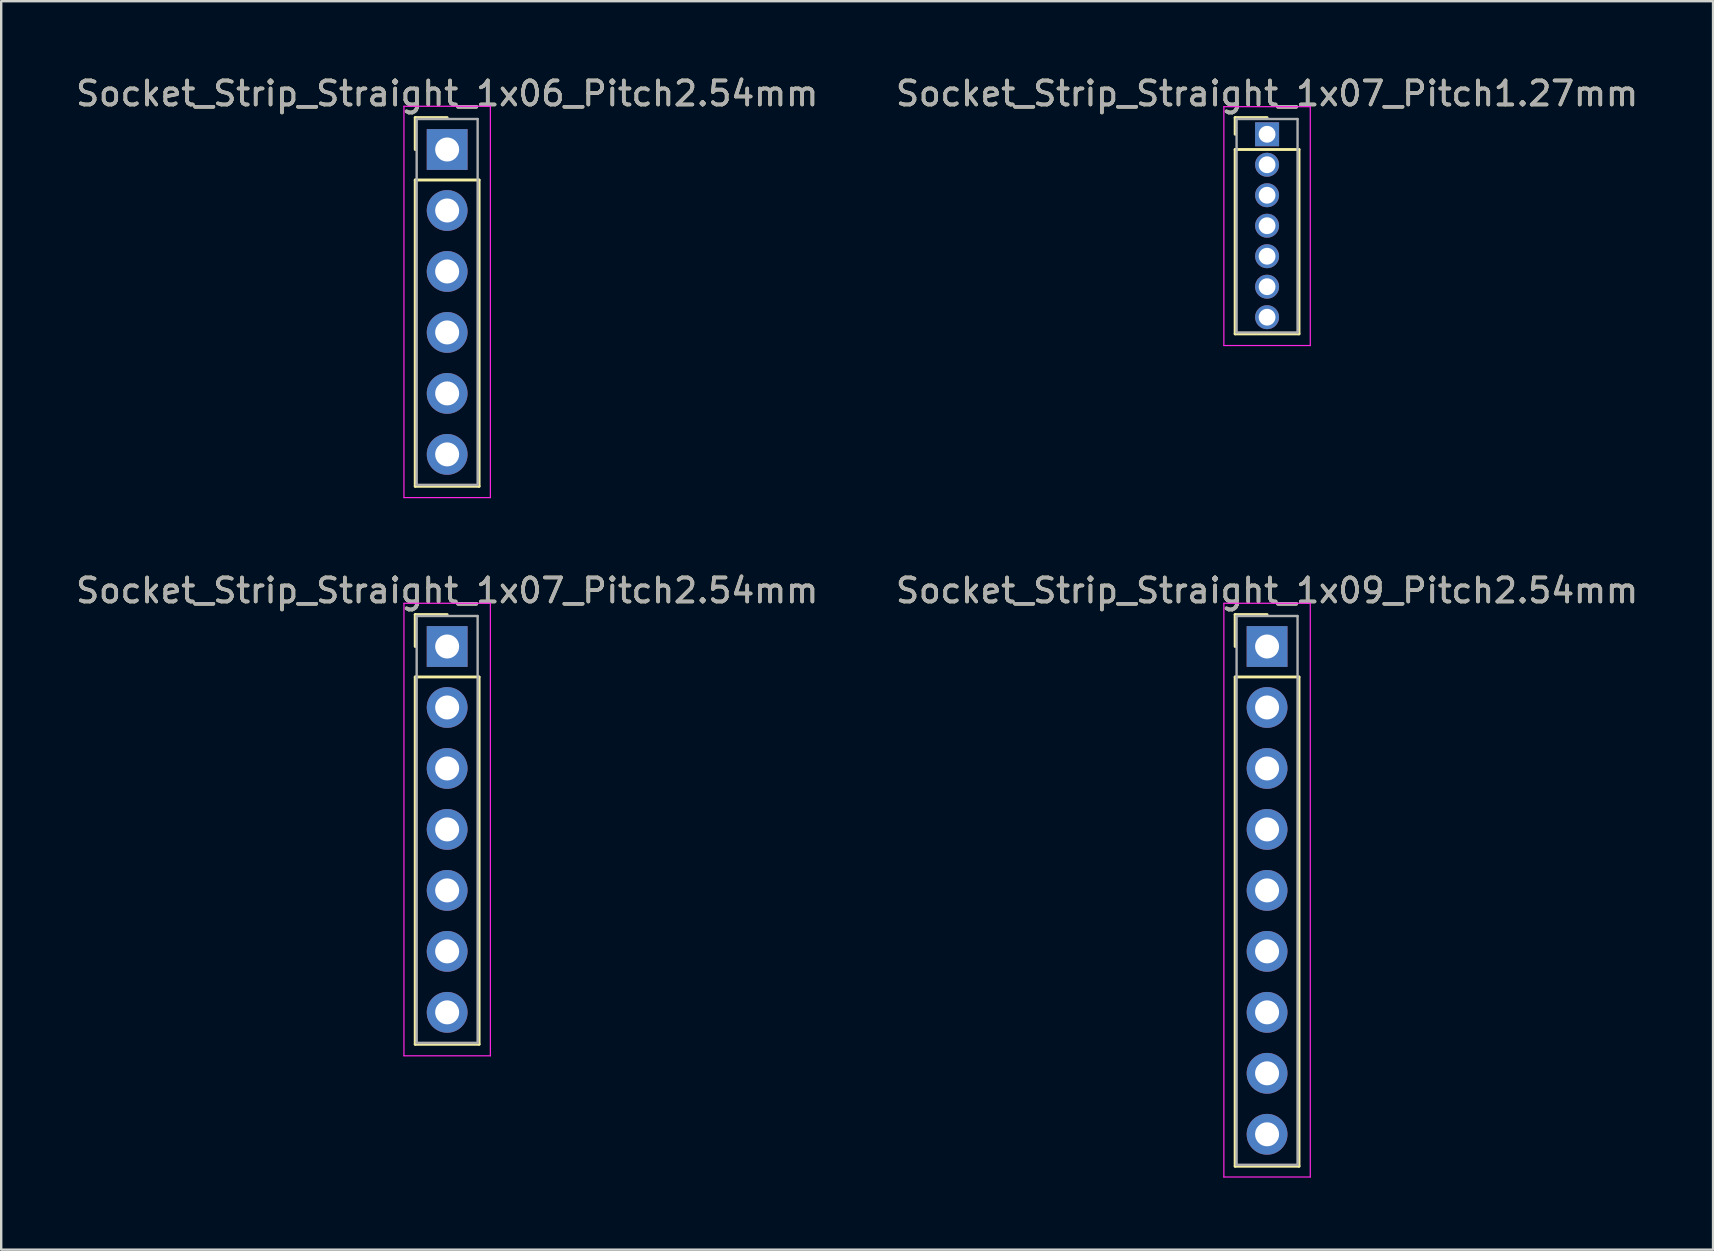
<source format=kicad_pcb>
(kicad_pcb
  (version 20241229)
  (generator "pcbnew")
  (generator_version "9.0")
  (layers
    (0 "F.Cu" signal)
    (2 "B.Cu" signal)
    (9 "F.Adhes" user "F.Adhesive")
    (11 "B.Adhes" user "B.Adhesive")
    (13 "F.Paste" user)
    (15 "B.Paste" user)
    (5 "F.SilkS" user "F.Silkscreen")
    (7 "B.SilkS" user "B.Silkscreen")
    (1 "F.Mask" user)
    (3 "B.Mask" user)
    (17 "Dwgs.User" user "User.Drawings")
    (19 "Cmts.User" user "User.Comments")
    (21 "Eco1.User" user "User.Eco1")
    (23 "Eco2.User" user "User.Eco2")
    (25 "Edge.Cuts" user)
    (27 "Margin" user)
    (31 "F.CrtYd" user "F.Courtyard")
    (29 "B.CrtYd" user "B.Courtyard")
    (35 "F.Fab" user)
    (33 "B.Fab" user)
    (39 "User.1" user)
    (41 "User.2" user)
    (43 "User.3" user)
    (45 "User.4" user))
  (footprint "Socket_Strip_Straight_1x09_Pitch2.54mm"
    (layer "F.Cu")
    (at 49.732 23.881)
    (property "Reference" "Socket_Strip_Straight_1x09_Pitch2.54mm" (at 0 -2.33 0) (layer "F.SilkS") (effects (font (size 1 1) (thickness 0.15))))
    (attr through_hole)
    (fp_line (start -1.33 -1.33) (end 0 -1.33) (stroke (width 0.12) (type solid)) (layer "F.SilkS"))
    (fp_line (start -1.33 0) (end -1.33 -1.33) (stroke (width 0.12) (type solid)) (layer "F.SilkS"))
    (fp_line (start -1.33 1.27) (end -1.33 21.65) (stroke (width 0.12) (type solid)) (layer "F.SilkS"))
    (fp_line (start -1.33 21.65) (end 1.33 21.65) (stroke (width 0.12) (type solid)) (layer "F.SilkS"))
    (fp_line (start 1.33 1.27) (end -1.33 1.27) (stroke (width 0.12) (type solid)) (layer "F.SilkS"))
    (fp_line (start 1.33 21.65) (end 1.33 1.27) (stroke (width 0.12) (type solid)) (layer "F.SilkS"))
    (fp_line (start -1.8 -1.8) (end -1.8 22.1) (stroke (width 0.05) (type solid)) (layer "F.CrtYd"))
    (fp_line (start -1.8 22.1) (end 1.8 22.1) (stroke (width 0.05) (type solid)) (layer "F.CrtYd"))
    (fp_line (start 1.8 -1.8) (end -1.8 -1.8) (stroke (width 0.05) (type solid)) (layer "F.CrtYd"))
    (fp_line (start 1.8 22.1) (end 1.8 -1.8) (stroke (width 0.05) (type solid)) (layer "F.CrtYd"))
    (fp_line (start -1.27 -1.27) (end -1.27 21.59) (stroke (width 0.1) (type solid)) (layer "F.Fab"))
    (fp_line (start -1.27 21.59) (end 1.27 21.59) (stroke (width 0.1) (type solid)) (layer "F.Fab"))
    (fp_line (start 1.27 -1.27) (end -1.27 -1.27) (stroke (width 0.1) (type solid)) (layer "F.Fab"))
    (fp_line (start 1.27 21.59) (end 1.27 -1.27) (stroke (width 0.1) (type solid)) (layer "F.Fab"))
    (fp_text user "${REFERENCE}" (at 0 -2.33 0) (layer "F.Fab") (effects (font (size 1 1) (thickness 0.15))))
    (pad "1" thru_hole rect (at 0 0) (size 1.7 1.7) (drill 1) (layers "*.Cu" "*.Mask"))
    (pad "2" thru_hole oval (at 0 2.54) (size 1.7 1.7) (drill 1) (layers "*.Cu" "*.Mask"))
    (pad "3" thru_hole oval (at 0 5.08) (size 1.7 1.7) (drill 1) (layers "*.Cu" "*.Mask"))
    (pad "4" thru_hole oval (at 0 7.62) (size 1.7 1.7) (drill 1) (layers "*.Cu" "*.Mask"))
    (pad "5" thru_hole oval (at 0 10.16) (size 1.7 1.7) (drill 1) (layers "*.Cu" "*.Mask"))
    (pad "6" thru_hole oval (at 0 12.7) (size 1.7 1.7) (drill 1) (layers "*.Cu" "*.Mask"))
    (pad "7" thru_hole oval (at 0 15.24) (size 1.7 1.7) (drill 1) (layers "*.Cu" "*.Mask"))
    (pad "8" thru_hole oval (at 0 17.78) (size 1.7 1.7) (drill 1) (layers "*.Cu" "*.Mask"))
    (pad "9" thru_hole oval (at 0 20.32) (size 1.7 1.7) (drill 1) (layers "*.Cu" "*.Mask")))
  (footprint "Socket_Strip_Straight_1x06_Pitch2.54mm"
    (layer "F.Cu")
    (at 15.577 3.178)
    (property "Reference" "Socket_Strip_Straight_1x06_Pitch2.54mm" (at 0 -2.33 0) (layer "F.SilkS") (effects (font (size 1 1) (thickness 0.15))))
    (attr through_hole)
    (fp_line (start -1.33 -1.33) (end 0 -1.33) (stroke (width 0.12) (type solid)) (layer "F.SilkS"))
    (fp_line (start -1.33 0) (end -1.33 -1.33) (stroke (width 0.12) (type solid)) (layer "F.SilkS"))
    (fp_line (start -1.33 1.27) (end -1.33 14.03) (stroke (width 0.12) (type solid)) (layer "F.SilkS"))
    (fp_line (start -1.33 14.03) (end 1.33 14.03) (stroke (width 0.12) (type solid)) (layer "F.SilkS"))
    (fp_line (start 1.33 1.27) (end -1.33 1.27) (stroke (width 0.12) (type solid)) (layer "F.SilkS"))
    (fp_line (start 1.33 14.03) (end 1.33 1.27) (stroke (width 0.12) (type solid)) (layer "F.SilkS"))
    (fp_line (start -1.8 -1.8) (end -1.8 14.5) (stroke (width 0.05) (type solid)) (layer "F.CrtYd"))
    (fp_line (start -1.8 14.5) (end 1.8 14.5) (stroke (width 0.05) (type solid)) (layer "F.CrtYd"))
    (fp_line (start 1.8 -1.8) (end -1.8 -1.8) (stroke (width 0.05) (type solid)) (layer "F.CrtYd"))
    (fp_line (start 1.8 14.5) (end 1.8 -1.8) (stroke (width 0.05) (type solid)) (layer "F.CrtYd"))
    (fp_line (start -1.27 -1.27) (end -1.27 13.97) (stroke (width 0.1) (type solid)) (layer "F.Fab"))
    (fp_line (start -1.27 13.97) (end 1.27 13.97) (stroke (width 0.1) (type solid)) (layer "F.Fab"))
    (fp_line (start 1.27 -1.27) (end -1.27 -1.27) (stroke (width 0.1) (type solid)) (layer "F.Fab"))
    (fp_line (start 1.27 13.97) (end 1.27 -1.27) (stroke (width 0.1) (type solid)) (layer "F.Fab"))
    (fp_text user "${REFERENCE}" (at 0 -2.33 0) (layer "F.Fab") (effects (font (size 1 1) (thickness 0.15))))
    (pad "1" thru_hole rect (at 0 0) (size 1.7 1.7) (drill 1) (layers "*.Cu" "*.Mask"))
    (pad "2" thru_hole oval (at 0 2.54) (size 1.7 1.7) (drill 1) (layers "*.Cu" "*.Mask"))
    (pad "3" thru_hole oval (at 0 5.08) (size 1.7 1.7) (drill 1) (layers "*.Cu" "*.Mask"))
    (pad "4" thru_hole oval (at 0 7.62) (size 1.7 1.7) (drill 1) (layers "*.Cu" "*.Mask"))
    (pad "5" thru_hole oval (at 0 10.16) (size 1.7 1.7) (drill 1) (layers "*.Cu" "*.Mask"))
    (pad "6" thru_hole oval (at 0 12.7) (size 1.7 1.7) (drill 1) (layers "*.Cu" "*.Mask")))
  (footprint "Socket_Strip_Straight_1x07_Pitch2.54mm"
    (layer "F.Cu")
    (at 15.577 23.881)
    (property "Reference" "Socket_Strip_Straight_1x07_Pitch2.54mm" (at 0 -2.33 0) (layer "F.SilkS") (effects (font (size 1 1) (thickness 0.15))))
    (attr through_hole)
    (fp_line (start -1.33 -1.33) (end 0 -1.33) (stroke (width 0.12) (type solid)) (layer "F.SilkS"))
    (fp_line (start -1.33 0) (end -1.33 -1.33) (stroke (width 0.12) (type solid)) (layer "F.SilkS"))
    (fp_line (start -1.33 1.27) (end -1.33 16.57) (stroke (width 0.12) (type solid)) (layer "F.SilkS"))
    (fp_line (start -1.33 16.57) (end 1.33 16.57) (stroke (width 0.12) (type solid)) (layer "F.SilkS"))
    (fp_line (start 1.33 1.27) (end -1.33 1.27) (stroke (width 0.12) (type solid)) (layer "F.SilkS"))
    (fp_line (start 1.33 16.57) (end 1.33 1.27) (stroke (width 0.12) (type solid)) (layer "F.SilkS"))
    (fp_line (start -1.8 -1.8) (end -1.8 17.05) (stroke (width 0.05) (type solid)) (layer "F.CrtYd"))
    (fp_line (start -1.8 17.05) (end 1.8 17.05) (stroke (width 0.05) (type solid)) (layer "F.CrtYd"))
    (fp_line (start 1.8 -1.8) (end -1.8 -1.8) (stroke (width 0.05) (type solid)) (layer "F.CrtYd"))
    (fp_line (start 1.8 17.05) (end 1.8 -1.8) (stroke (width 0.05) (type solid)) (layer "F.CrtYd"))
    (fp_line (start -1.27 -1.27) (end -1.27 16.51) (stroke (width 0.1) (type solid)) (layer "F.Fab"))
    (fp_line (start -1.27 16.51) (end 1.27 16.51) (stroke (width 0.1) (type solid)) (layer "F.Fab"))
    (fp_line (start 1.27 -1.27) (end -1.27 -1.27) (stroke (width 0.1) (type solid)) (layer "F.Fab"))
    (fp_line (start 1.27 16.51) (end 1.27 -1.27) (stroke (width 0.1) (type solid)) (layer "F.Fab"))
    (fp_text user "${REFERENCE}" (at 0 -2.33 0) (layer "F.Fab") (effects (font (size 1 1) (thickness 0.15))))
    (pad "1" thru_hole rect (at 0 0) (size 1.7 1.7) (drill 1) (layers "*.Cu" "*.Mask"))
    (pad "2" thru_hole oval (at 0 2.54) (size 1.7 1.7) (drill 1) (layers "*.Cu" "*.Mask"))
    (pad "3" thru_hole oval (at 0 5.08) (size 1.7 1.7) (drill 1) (layers "*.Cu" "*.Mask"))
    (pad "4" thru_hole oval (at 0 7.62) (size 1.7 1.7) (drill 1) (layers "*.Cu" "*.Mask"))
    (pad "5" thru_hole oval (at 0 10.16) (size 1.7 1.7) (drill 1) (layers "*.Cu" "*.Mask"))
    (pad "6" thru_hole oval (at 0 12.7) (size 1.7 1.7) (drill 1) (layers "*.Cu" "*.Mask"))
    (pad "7" thru_hole oval (at 0 15.24) (size 1.7 1.7) (drill 1) (layers "*.Cu" "*.Mask")))
  (footprint "Socket_Strip_Straight_1x07_Pitch1.27mm"
    (layer "F.Cu")
    (at 49.732 2.543)
    (property "Reference" "Socket_Strip_Straight_1x07_Pitch1.27mm" (at 0 -1.695 0) (layer "F.SilkS") (effects (font (size 1 1) (thickness 0.15))))
    (attr through_hole)
    (fp_line (start -1.33 -0.695) (end 0 -0.695) (stroke (width 0.12) (type solid)) (layer "F.SilkS"))
    (fp_line (start -1.33 0) (end -1.33 -0.695) (stroke (width 0.12) (type solid)) (layer "F.SilkS"))
    (fp_line (start -1.33 0.635) (end -1.33 8.315) (stroke (width 0.12) (type solid)) (layer "F.SilkS"))
    (fp_line (start -1.33 8.315) (end 1.33 8.315) (stroke (width 0.12) (type solid)) (layer "F.SilkS"))
    (fp_line (start 1.33 0.635) (end -1.33 0.635) (stroke (width 0.12) (type solid)) (layer "F.SilkS"))
    (fp_line (start 1.33 8.315) (end 1.33 0.635) (stroke (width 0.12) (type solid)) (layer "F.SilkS"))
    (fp_line (start -1.8 -1.15) (end -1.8 8.8) (stroke (width 0.05) (type solid)) (layer "F.CrtYd"))
    (fp_line (start -1.8 8.8) (end 1.8 8.8) (stroke (width 0.05) (type solid)) (layer "F.CrtYd"))
    (fp_line (start 1.8 -1.15) (end -1.8 -1.15) (stroke (width 0.05) (type solid)) (layer "F.CrtYd"))
    (fp_line (start 1.8 8.8) (end 1.8 -1.15) (stroke (width 0.05) (type solid)) (layer "F.CrtYd"))
    (fp_line (start -1.27 -0.635) (end -1.27 8.255) (stroke (width 0.1) (type solid)) (layer "F.Fab"))
    (fp_line (start -1.27 8.255) (end 1.27 8.255) (stroke (width 0.1) (type solid)) (layer "F.Fab"))
    (fp_line (start 1.27 -0.635) (end -1.27 -0.635) (stroke (width 0.1) (type solid)) (layer "F.Fab"))
    (fp_line (start 1.27 8.255) (end 1.27 -0.635) (stroke (width 0.1) (type solid)) (layer "F.Fab"))
    (fp_text user "${REFERENCE}" (at 0 -1.695 0) (layer "F.Fab") (effects (font (size 1 1) (thickness 0.15))))
    (pad "1" thru_hole rect (at 0 0) (size 1 1) (drill 0.7) (layers "*.Cu" "*.Mask"))
    (pad "2" thru_hole oval (at 0 1.27) (size 1 1) (drill 0.7) (layers "*.Cu" "*.Mask"))
    (pad "3" thru_hole oval (at 0 2.54) (size 1 1) (drill 0.7) (layers "*.Cu" "*.Mask"))
    (pad "4" thru_hole oval (at 0 3.81) (size 1 1) (drill 0.7) (layers "*.Cu" "*.Mask"))
    (pad "5" thru_hole oval (at 0 5.08) (size 1 1) (drill 0.7) (layers "*.Cu" "*.Mask"))
    (pad "6" thru_hole oval (at 0 6.35) (size 1 1) (drill 0.7) (layers "*.Cu" "*.Mask"))
    (pad "7" thru_hole oval (at 0 7.62) (size 1 1) (drill 0.7) (layers "*.Cu" "*.Mask")))
  (gr_rect
    (start -3 -3)
    (end 68.31 49.007)
    (stroke (width 0.1) (type default))
    (fill no)
    (layer "Edge.Cuts")))
</source>
